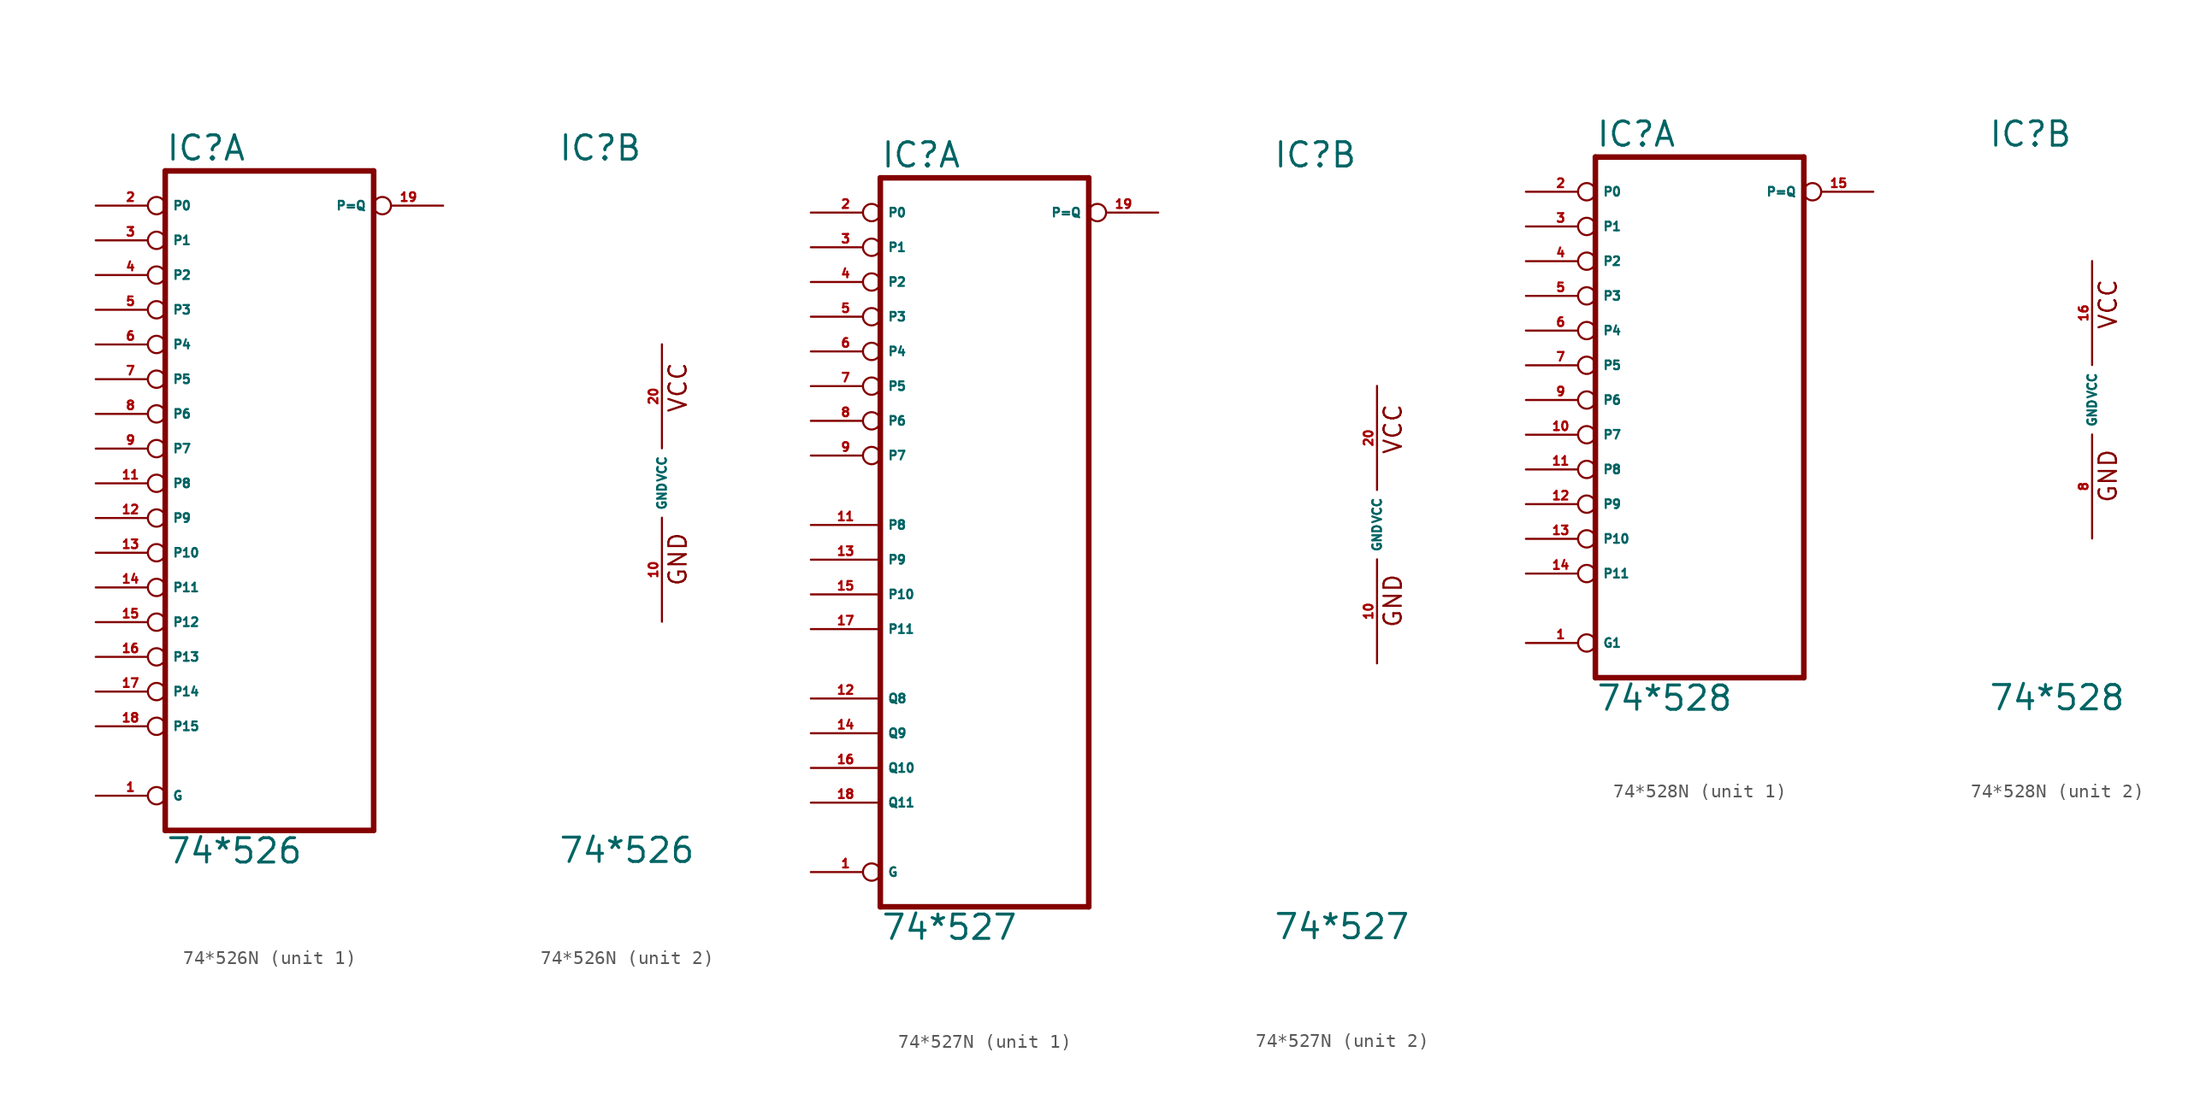
<source format=kicad_sym>
(kicad_symbol_lib
  (version 20220914)
  (generator Eagle2Kicad)
  (symbol "74*526N"
    (property "Reference" "IC"
      (at -7.62 23.495 0)
      (effects (font (size 1.778 1.778) (thickness 0.22)) (justify left bottom)))
    (property "Value" "74*526"
      (at -7.62 -27.94 0)
      (effects (font (size 1.778 1.778) (thickness 0.22)) (justify left bottom)))
    (symbol "74*526N_1_0"
      (polyline (pts (xy -7.62 -25.4) (xy 7.62 -25.4)) (stroke (width 0.406) (type default)) (fill (type none)))
      (polyline (pts (xy 7.62 -25.4) (xy 7.62 22.86)) (stroke (width 0.406) (type default)) (fill (type none)))
      (polyline (pts (xy 7.62 22.86) (xy -7.62 22.86)) (stroke (width 0.406) (type default)) (fill (type none)))
      (polyline (pts (xy -7.62 22.86) (xy -7.62 -25.4)) (stroke (width 0.406) (type default)) (fill (type none)))
      (pin input inverted (at -12.7 -22.86 0) (length 5.08) (name "G" (effects (font (size 0.635 0.635) (thickness 0.08)) (justify left bottom))) (number "1" (effects (font (size 0.635 0.635) (thickness 0.08)) (justify left bottom))))
      (pin input inverted (at -12.7 20.32 0) (length 5.08) (name "P0" (effects (font (size 0.635 0.635) (thickness 0.08)) (justify left bottom))) (number "2" (effects (font (size 0.635 0.635) (thickness 0.08)) (justify left bottom))))
      (pin input inverted (at -12.7 17.78 0) (length 5.08) (name "P1" (effects (font (size 0.635 0.635) (thickness 0.08)) (justify left bottom))) (number "3" (effects (font (size 0.635 0.635) (thickness 0.08)) (justify left bottom))))
      (pin input inverted (at -12.7 15.24 0) (length 5.08) (name "P2" (effects (font (size 0.635 0.635) (thickness 0.08)) (justify left bottom))) (number "4" (effects (font (size 0.635 0.635) (thickness 0.08)) (justify left bottom))))
      (pin input inverted (at -12.7 12.7 0) (length 5.08) (name "P3" (effects (font (size 0.635 0.635) (thickness 0.08)) (justify left bottom))) (number "5" (effects (font (size 0.635 0.635) (thickness 0.08)) (justify left bottom))))
      (pin input inverted (at -12.7 10.16 0) (length 5.08) (name "P4" (effects (font (size 0.635 0.635) (thickness 0.08)) (justify left bottom))) (number "6" (effects (font (size 0.635 0.635) (thickness 0.08)) (justify left bottom))))
      (pin input inverted (at -12.7 7.62 0) (length 5.08) (name "P5" (effects (font (size 0.635 0.635) (thickness 0.08)) (justify left bottom))) (number "7" (effects (font (size 0.635 0.635) (thickness 0.08)) (justify left bottom))))
      (pin input inverted (at -12.7 5.08 0) (length 5.08) (name "P6" (effects (font (size 0.635 0.635) (thickness 0.08)) (justify left bottom))) (number "8" (effects (font (size 0.635 0.635) (thickness 0.08)) (justify left bottom))))
      (pin input inverted (at -12.7 2.54 0) (length 5.08) (name "P7" (effects (font (size 0.635 0.635) (thickness 0.08)) (justify left bottom))) (number "9" (effects (font (size 0.635 0.635) (thickness 0.08)) (justify left bottom))))
      (pin input inverted (at -12.7 0 0) (length 5.08) (name "P8" (effects (font (size 0.635 0.635) (thickness 0.08)) (justify left bottom))) (number "11" (effects (font (size 0.635 0.635) (thickness 0.08)) (justify left bottom))))
      (pin input inverted (at -12.7 -2.54 0) (length 5.08) (name "P9" (effects (font (size 0.635 0.635) (thickness 0.08)) (justify left bottom))) (number "12" (effects (font (size 0.635 0.635) (thickness 0.08)) (justify left bottom))))
      (pin input inverted (at -12.7 -5.08 0) (length 5.08) (name "P10" (effects (font (size 0.635 0.635) (thickness 0.08)) (justify left bottom))) (number "13" (effects (font (size 0.635 0.635) (thickness 0.08)) (justify left bottom))))
      (pin input inverted (at -12.7 -7.62 0) (length 5.08) (name "P11" (effects (font (size 0.635 0.635) (thickness 0.08)) (justify left bottom))) (number "14" (effects (font (size 0.635 0.635) (thickness 0.08)) (justify left bottom))))
      (pin input inverted (at -12.7 -10.16 0) (length 5.08) (name "P12" (effects (font (size 0.635 0.635) (thickness 0.08)) (justify left bottom))) (number "15" (effects (font (size 0.635 0.635) (thickness 0.08)) (justify left bottom))))
      (pin input inverted (at -12.7 -12.7 0) (length 5.08) (name "P13" (effects (font (size 0.635 0.635) (thickness 0.08)) (justify left bottom))) (number "16" (effects (font (size 0.635 0.635) (thickness 0.08)) (justify left bottom))))
      (pin input inverted (at -12.7 -15.24 0) (length 5.08) (name "P14" (effects (font (size 0.635 0.635) (thickness 0.08)) (justify left bottom))) (number "17" (effects (font (size 0.635 0.635) (thickness 0.08)) (justify left bottom))))
      (pin input inverted (at -12.7 -17.78 0) (length 5.08) (name "P15" (effects (font (size 0.635 0.635) (thickness 0.08)) (justify left bottom))) (number "18" (effects (font (size 0.635 0.635) (thickness 0.08)) (justify left bottom))))
      (pin output inverted (at 12.7 20.32 180) (length 5.08) (name "P=Q" (effects (font (size 0.635 0.635) (thickness 0.08)) (justify left bottom))) (number "19" (effects (font (size 0.635 0.635) (thickness 0.08)) (justify left bottom)))))
    (symbol "74*526N_2_0"
      (text "GND" (at 1.905 -7.62 900) (effects (font (size 1.27 1.27) (thickness 0.16)) (justify left bottom)))
      (text "VCC" (at 1.905 5.08 900) (effects (font (size 1.27 1.27) (thickness 0.16)) (justify left bottom)))
      (pin unspecified line (at 0 -10.16 90) (length 7.62) (name "GND" (effects (font (size 0.635 0.635) (thickness 0.08)) (justify left bottom))) (number "10" (effects (font (size 0.635 0.635) (thickness 0.08)) (justify left bottom))))
      (pin unspecified line (at 0 10.16 270) (length 7.62) (name "VCC" (effects (font (size 0.635 0.635) (thickness 0.08)) (justify left bottom))) (number "20" (effects (font (size 0.635 0.635) (thickness 0.08)) (justify left bottom))))))
  (symbol "74*527N"
    (property "Reference" "IC"
      (at -7.62 26.035 0)
      (effects (font (size 1.778 1.778) (thickness 0.22)) (justify left bottom)))
    (property "Value" "74*527"
      (at -7.62 -30.48 0)
      (effects (font (size 1.778 1.778) (thickness 0.22)) (justify left bottom)))
    (symbol "74*527N_1_0"
      (polyline (pts (xy -7.62 -27.94) (xy 7.62 -27.94)) (stroke (width 0.406) (type default)) (fill (type none)))
      (polyline (pts (xy 7.62 -27.94) (xy 7.62 25.4)) (stroke (width 0.406) (type default)) (fill (type none)))
      (polyline (pts (xy 7.62 25.4) (xy -7.62 25.4)) (stroke (width 0.406) (type default)) (fill (type none)))
      (polyline (pts (xy -7.62 25.4) (xy -7.62 -27.94)) (stroke (width 0.406) (type default)) (fill (type none)))
      (pin input inverted (at -12.7 -25.4 0) (length 5.08) (name "G" (effects (font (size 0.635 0.635) (thickness 0.08)) (justify left bottom))) (number "1" (effects (font (size 0.635 0.635) (thickness 0.08)) (justify left bottom))))
      (pin input inverted (at -12.7 22.86 0) (length 5.08) (name "P0" (effects (font (size 0.635 0.635) (thickness 0.08)) (justify left bottom))) (number "2" (effects (font (size 0.635 0.635) (thickness 0.08)) (justify left bottom))))
      (pin input inverted (at -12.7 20.32 0) (length 5.08) (name "P1" (effects (font (size 0.635 0.635) (thickness 0.08)) (justify left bottom))) (number "3" (effects (font (size 0.635 0.635) (thickness 0.08)) (justify left bottom))))
      (pin input inverted (at -12.7 17.78 0) (length 5.08) (name "P2" (effects (font (size 0.635 0.635) (thickness 0.08)) (justify left bottom))) (number "4" (effects (font (size 0.635 0.635) (thickness 0.08)) (justify left bottom))))
      (pin input inverted (at -12.7 15.24 0) (length 5.08) (name "P3" (effects (font (size 0.635 0.635) (thickness 0.08)) (justify left bottom))) (number "5" (effects (font (size 0.635 0.635) (thickness 0.08)) (justify left bottom))))
      (pin input inverted (at -12.7 12.7 0) (length 5.08) (name "P4" (effects (font (size 0.635 0.635) (thickness 0.08)) (justify left bottom))) (number "6" (effects (font (size 0.635 0.635) (thickness 0.08)) (justify left bottom))))
      (pin input inverted (at -12.7 10.16 0) (length 5.08) (name "P5" (effects (font (size 0.635 0.635) (thickness 0.08)) (justify left bottom))) (number "7" (effects (font (size 0.635 0.635) (thickness 0.08)) (justify left bottom))))
      (pin input inverted (at -12.7 7.62 0) (length 5.08) (name "P6" (effects (font (size 0.635 0.635) (thickness 0.08)) (justify left bottom))) (number "8" (effects (font (size 0.635 0.635) (thickness 0.08)) (justify left bottom))))
      (pin input inverted (at -12.7 5.08 0) (length 5.08) (name "P7" (effects (font (size 0.635 0.635) (thickness 0.08)) (justify left bottom))) (number "9" (effects (font (size 0.635 0.635) (thickness 0.08)) (justify left bottom))))
      (pin input line (at -12.7 0 0) (length 5.08) (name "P8" (effects (font (size 0.635 0.635) (thickness 0.08)) (justify left bottom))) (number "11" (effects (font (size 0.635 0.635) (thickness 0.08)) (justify left bottom))))
      (pin input line (at -12.7 -12.7 0) (length 5.08) (name "Q8" (effects (font (size 0.635 0.635) (thickness 0.08)) (justify left bottom))) (number "12" (effects (font (size 0.635 0.635) (thickness 0.08)) (justify left bottom))))
      (pin input line (at -12.7 -2.54 0) (length 5.08) (name "P9" (effects (font (size 0.635 0.635) (thickness 0.08)) (justify left bottom))) (number "13" (effects (font (size 0.635 0.635) (thickness 0.08)) (justify left bottom))))
      (pin input line (at -12.7 -15.24 0) (length 5.08) (name "Q9" (effects (font (size 0.635 0.635) (thickness 0.08)) (justify left bottom))) (number "14" (effects (font (size 0.635 0.635) (thickness 0.08)) (justify left bottom))))
      (pin input line (at -12.7 -5.08 0) (length 5.08) (name "P10" (effects (font (size 0.635 0.635) (thickness 0.08)) (justify left bottom))) (number "15" (effects (font (size 0.635 0.635) (thickness 0.08)) (justify left bottom))))
      (pin input line (at -12.7 -17.78 0) (length 5.08) (name "Q10" (effects (font (size 0.635 0.635) (thickness 0.08)) (justify left bottom))) (number "16" (effects (font (size 0.635 0.635) (thickness 0.08)) (justify left bottom))))
      (pin input line (at -12.7 -7.62 0) (length 5.08) (name "P11" (effects (font (size 0.635 0.635) (thickness 0.08)) (justify left bottom))) (number "17" (effects (font (size 0.635 0.635) (thickness 0.08)) (justify left bottom))))
      (pin input line (at -12.7 -20.32 0) (length 5.08) (name "Q11" (effects (font (size 0.635 0.635) (thickness 0.08)) (justify left bottom))) (number "18" (effects (font (size 0.635 0.635) (thickness 0.08)) (justify left bottom))))
      (pin output inverted (at 12.7 22.86 180) (length 5.08) (name "P=Q" (effects (font (size 0.635 0.635) (thickness 0.08)) (justify left bottom))) (number "19" (effects (font (size 0.635 0.635) (thickness 0.08)) (justify left bottom)))))
    (symbol "74*527N_2_0"
      (text "GND" (at 1.905 -7.62 900) (effects (font (size 1.27 1.27) (thickness 0.16)) (justify left bottom)))
      (text "VCC" (at 1.905 5.08 900) (effects (font (size 1.27 1.27) (thickness 0.16)) (justify left bottom)))
      (pin unspecified line (at 0 -10.16 90) (length 7.62) (name "GND" (effects (font (size 0.635 0.635) (thickness 0.08)) (justify left bottom))) (number "10" (effects (font (size 0.635 0.635) (thickness 0.08)) (justify left bottom))))
      (pin unspecified line (at 0 10.16 270) (length 7.62) (name "VCC" (effects (font (size 0.635 0.635) (thickness 0.08)) (justify left bottom))) (number "20" (effects (font (size 0.635 0.635) (thickness 0.08)) (justify left bottom))))))
  (symbol "74*528N"
    (property "Reference" "IC"
      (at -7.62 18.415 0)
      (effects (font (size 1.778 1.778) (thickness 0.22)) (justify left bottom)))
    (property "Value" "74*528"
      (at -7.62 -22.86 0)
      (effects (font (size 1.778 1.778) (thickness 0.22)) (justify left bottom)))
    (symbol "74*528N_1_0"
      (polyline (pts (xy -7.62 -20.32) (xy 7.62 -20.32)) (stroke (width 0.406) (type default)) (fill (type none)))
      (polyline (pts (xy 7.62 -20.32) (xy 7.62 17.78)) (stroke (width 0.406) (type default)) (fill (type none)))
      (polyline (pts (xy 7.62 17.78) (xy -7.62 17.78)) (stroke (width 0.406) (type default)) (fill (type none)))
      (polyline (pts (xy -7.62 17.78) (xy -7.62 -20.32)) (stroke (width 0.406) (type default)) (fill (type none)))
      (pin input inverted (at -12.7 -17.78 0) (length 5.08) (name "G1" (effects (font (size 0.635 0.635) (thickness 0.08)) (justify left bottom))) (number "1" (effects (font (size 0.635 0.635) (thickness 0.08)) (justify left bottom))))
      (pin input inverted (at -12.7 15.24 0) (length 5.08) (name "P0" (effects (font (size 0.635 0.635) (thickness 0.08)) (justify left bottom))) (number "2" (effects (font (size 0.635 0.635) (thickness 0.08)) (justify left bottom))))
      (pin input inverted (at -12.7 12.7 0) (length 5.08) (name "P1" (effects (font (size 0.635 0.635) (thickness 0.08)) (justify left bottom))) (number "3" (effects (font (size 0.635 0.635) (thickness 0.08)) (justify left bottom))))
      (pin input inverted (at -12.7 10.16 0) (length 5.08) (name "P2" (effects (font (size 0.635 0.635) (thickness 0.08)) (justify left bottom))) (number "4" (effects (font (size 0.635 0.635) (thickness 0.08)) (justify left bottom))))
      (pin input inverted (at -12.7 7.62 0) (length 5.08) (name "P3" (effects (font (size 0.635 0.635) (thickness 0.08)) (justify left bottom))) (number "5" (effects (font (size 0.635 0.635) (thickness 0.08)) (justify left bottom))))
      (pin input inverted (at -12.7 5.08 0) (length 5.08) (name "P4" (effects (font (size 0.635 0.635) (thickness 0.08)) (justify left bottom))) (number "6" (effects (font (size 0.635 0.635) (thickness 0.08)) (justify left bottom))))
      (pin input inverted (at -12.7 2.54 0) (length 5.08) (name "P5" (effects (font (size 0.635 0.635) (thickness 0.08)) (justify left bottom))) (number "7" (effects (font (size 0.635 0.635) (thickness 0.08)) (justify left bottom))))
      (pin input inverted (at -12.7 0 0) (length 5.08) (name "P6" (effects (font (size 0.635 0.635) (thickness 0.08)) (justify left bottom))) (number "9" (effects (font (size 0.635 0.635) (thickness 0.08)) (justify left bottom))))
      (pin input inverted (at -12.7 -2.54 0) (length 5.08) (name "P7" (effects (font (size 0.635 0.635) (thickness 0.08)) (justify left bottom))) (number "10" (effects (font (size 0.635 0.635) (thickness 0.08)) (justify left bottom))))
      (pin input inverted (at -12.7 -5.08 0) (length 5.08) (name "P8" (effects (font (size 0.635 0.635) (thickness 0.08)) (justify left bottom))) (number "11" (effects (font (size 0.635 0.635) (thickness 0.08)) (justify left bottom))))
      (pin input inverted (at -12.7 -7.62 0) (length 5.08) (name "P9" (effects (font (size 0.635 0.635) (thickness 0.08)) (justify left bottom))) (number "12" (effects (font (size 0.635 0.635) (thickness 0.08)) (justify left bottom))))
      (pin input inverted (at -12.7 -10.16 0) (length 5.08) (name "P10" (effects (font (size 0.635 0.635) (thickness 0.08)) (justify left bottom))) (number "13" (effects (font (size 0.635 0.635) (thickness 0.08)) (justify left bottom))))
      (pin input inverted (at -12.7 -12.7 0) (length 5.08) (name "P11" (effects (font (size 0.635 0.635) (thickness 0.08)) (justify left bottom))) (number "14" (effects (font (size 0.635 0.635) (thickness 0.08)) (justify left bottom))))
      (pin output inverted (at 12.7 15.24 180) (length 5.08) (name "P=Q" (effects (font (size 0.635 0.635) (thickness 0.08)) (justify left bottom))) (number "15" (effects (font (size 0.635 0.635) (thickness 0.08)) (justify left bottom)))))
    (symbol "74*528N_2_0"
      (text "GND" (at 1.905 -7.62 900) (effects (font (size 1.27 1.27) (thickness 0.16)) (justify left bottom)))
      (text "VCC" (at 1.905 5.08 900) (effects (font (size 1.27 1.27) (thickness 0.16)) (justify left bottom)))
      (pin unspecified line (at 0 -10.16 90) (length 7.62) (name "GND" (effects (font (size 0.635 0.635) (thickness 0.08)) (justify left bottom))) (number "8" (effects (font (size 0.635 0.635) (thickness 0.08)) (justify left bottom))))
      (pin unspecified line (at 0 10.16 270) (length 7.62) (name "VCC" (effects (font (size 0.635 0.635) (thickness 0.08)) (justify left bottom))) (number "16" (effects (font (size 0.635 0.635) (thickness 0.08)) (justify left bottom)))))))
</source>
